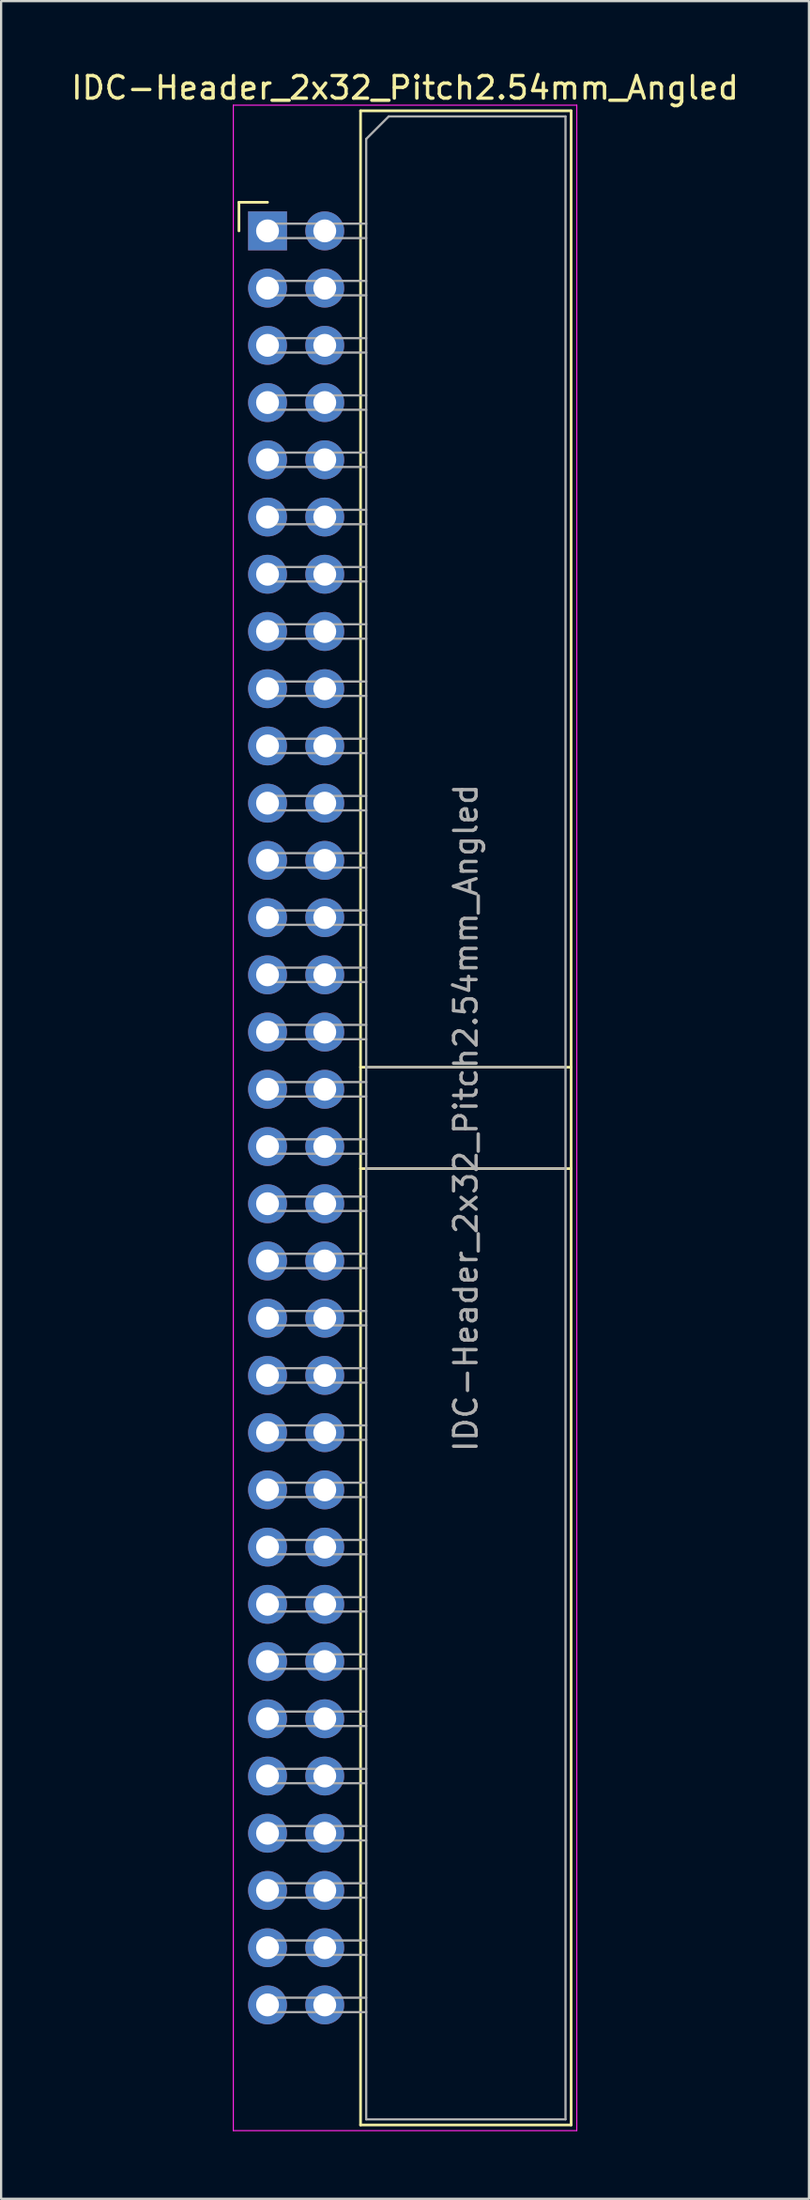
<source format=kicad_pcb>
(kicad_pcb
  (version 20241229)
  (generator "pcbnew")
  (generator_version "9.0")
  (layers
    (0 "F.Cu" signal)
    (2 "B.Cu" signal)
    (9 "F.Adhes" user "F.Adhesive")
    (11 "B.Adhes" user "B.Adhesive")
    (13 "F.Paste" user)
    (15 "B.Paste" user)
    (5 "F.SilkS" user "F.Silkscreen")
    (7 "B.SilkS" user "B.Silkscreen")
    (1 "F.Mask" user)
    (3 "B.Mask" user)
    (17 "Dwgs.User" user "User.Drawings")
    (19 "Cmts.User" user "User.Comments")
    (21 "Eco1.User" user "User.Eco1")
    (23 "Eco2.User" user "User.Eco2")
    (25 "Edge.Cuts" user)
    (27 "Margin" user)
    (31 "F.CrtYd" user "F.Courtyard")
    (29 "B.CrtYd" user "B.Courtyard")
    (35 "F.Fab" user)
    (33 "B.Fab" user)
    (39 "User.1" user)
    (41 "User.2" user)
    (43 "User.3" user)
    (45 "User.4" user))
  (footprint "IDC-Header_2x32_Pitch2.54mm_Angled"
    (layer "F.Cu")
    (at 8.83 7.198)
    (property "Reference" "IDC-Header_2x32_Pitch2.54mm_Angled" (at 6.105 -6.35 0) (layer "F.SilkS") (effects (font (size 1 1) (thickness 0.15))))
    (attr through_hole)
    (fp_line (start -1.27 -1.27) (end -1.27 0) (stroke (width 0.12) (type solid)) (layer "F.SilkS"))
    (fp_line (start 0 -1.27) (end -1.27 -1.27) (stroke (width 0.12) (type solid)) (layer "F.SilkS"))
    (fp_line (start 4.13 -5.33) (end 13.48 -5.33) (stroke (width 0.12) (type solid)) (layer "F.SilkS"))
    (fp_line (start 4.13 37.12) (end 13.48 37.12) (stroke (width 0.12) (type solid)) (layer "F.SilkS"))
    (fp_line (start 4.13 41.62) (end 13.48 41.62) (stroke (width 0.12) (type solid)) (layer "F.SilkS"))
    (fp_line (start 4.13 84.07) (end 4.13 -5.33) (stroke (width 0.12) (type solid)) (layer "F.SilkS"))
    (fp_line (start 4.13 84.07) (end 13.48 84.07) (stroke (width 0.12) (type solid)) (layer "F.SilkS"))
    (fp_line (start 13.48 -5.33) (end 13.48 84.07) (stroke (width 0.12) (type solid)) (layer "F.SilkS"))
    (fp_line (start -1.52 -5.58) (end 13.73 -5.58) (stroke (width 0.05) (type solid)) (layer "F.CrtYd"))
    (fp_line (start -1.52 84.32) (end -1.52 -5.58) (stroke (width 0.05) (type solid)) (layer "F.CrtYd"))
    (fp_line (start 13.73 -5.58) (end 13.73 84.32) (stroke (width 0.05) (type solid)) (layer "F.CrtYd"))
    (fp_line (start 13.73 84.32) (end -1.52 84.32) (stroke (width 0.05) (type solid)) (layer "F.CrtYd"))
    (fp_line (start -0.32 -0.32) (end -0.32 0.32) (stroke (width 0.1) (type solid)) (layer "F.Fab"))
    (fp_line (start -0.32 0.32) (end 4.38 0.32) (stroke (width 0.1) (type solid)) (layer "F.Fab"))
    (fp_line (start -0.32 2.22) (end -0.32 2.86) (stroke (width 0.1) (type solid)) (layer "F.Fab"))
    (fp_line (start -0.32 2.86) (end 4.38 2.86) (stroke (width 0.1) (type solid)) (layer "F.Fab"))
    (fp_line (start -0.32 4.76) (end -0.32 5.4) (stroke (width 0.1) (type solid)) (layer "F.Fab"))
    (fp_line (start -0.32 5.4) (end 4.38 5.4) (stroke (width 0.1) (type solid)) (layer "F.Fab"))
    (fp_line (start -0.32 7.3) (end -0.32 7.94) (stroke (width 0.1) (type solid)) (layer "F.Fab"))
    (fp_line (start -0.32 7.94) (end 4.38 7.94) (stroke (width 0.1) (type solid)) (layer "F.Fab"))
    (fp_line (start -0.32 9.84) (end -0.32 10.48) (stroke (width 0.1) (type solid)) (layer "F.Fab"))
    (fp_line (start -0.32 10.48) (end 4.38 10.48) (stroke (width 0.1) (type solid)) (layer "F.Fab"))
    (fp_line (start -0.32 12.38) (end -0.32 13.02) (stroke (width 0.1) (type solid)) (layer "F.Fab"))
    (fp_line (start -0.32 13.02) (end 4.38 13.02) (stroke (width 0.1) (type solid)) (layer "F.Fab"))
    (fp_line (start -0.32 14.92) (end -0.32 15.56) (stroke (width 0.1) (type solid)) (layer "F.Fab"))
    (fp_line (start -0.32 15.56) (end 4.38 15.56) (stroke (width 0.1) (type solid)) (layer "F.Fab"))
    (fp_line (start -0.32 17.46) (end -0.32 18.1) (stroke (width 0.1) (type solid)) (layer "F.Fab"))
    (fp_line (start -0.32 18.1) (end 4.38 18.1) (stroke (width 0.1) (type solid)) (layer "F.Fab"))
    (fp_line (start -0.32 20) (end -0.32 20.64) (stroke (width 0.1) (type solid)) (layer "F.Fab"))
    (fp_line (start -0.32 20.64) (end 4.38 20.64) (stroke (width 0.1) (type solid)) (layer "F.Fab"))
    (fp_line (start -0.32 22.54) (end -0.32 23.18) (stroke (width 0.1) (type solid)) (layer "F.Fab"))
    (fp_line (start -0.32 23.18) (end 4.38 23.18) (stroke (width 0.1) (type solid)) (layer "F.Fab"))
    (fp_line (start -0.32 25.08) (end -0.32 25.72) (stroke (width 0.1) (type solid)) (layer "F.Fab"))
    (fp_line (start -0.32 25.72) (end 4.38 25.72) (stroke (width 0.1) (type solid)) (layer "F.Fab"))
    (fp_line (start -0.32 27.62) (end -0.32 28.26) (stroke (width 0.1) (type solid)) (layer "F.Fab"))
    (fp_line (start -0.32 28.26) (end 4.38 28.26) (stroke (width 0.1) (type solid)) (layer "F.Fab"))
    (fp_line (start -0.32 30.16) (end -0.32 30.8) (stroke (width 0.1) (type solid)) (layer "F.Fab"))
    (fp_line (start -0.32 30.8) (end 4.38 30.8) (stroke (width 0.1) (type solid)) (layer "F.Fab"))
    (fp_line (start -0.32 32.7) (end -0.32 33.34) (stroke (width 0.1) (type solid)) (layer "F.Fab"))
    (fp_line (start -0.32 33.34) (end 4.38 33.34) (stroke (width 0.1) (type solid)) (layer "F.Fab"))
    (fp_line (start -0.32 35.24) (end -0.32 35.88) (stroke (width 0.1) (type solid)) (layer "F.Fab"))
    (fp_line (start -0.32 35.88) (end 4.38 35.88) (stroke (width 0.1) (type solid)) (layer "F.Fab"))
    (fp_line (start -0.32 37.78) (end -0.32 38.42) (stroke (width 0.1) (type solid)) (layer "F.Fab"))
    (fp_line (start -0.32 38.42) (end 4.38 38.42) (stroke (width 0.1) (type solid)) (layer "F.Fab"))
    (fp_line (start -0.32 40.32) (end -0.32 40.96) (stroke (width 0.1) (type solid)) (layer "F.Fab"))
    (fp_line (start -0.32 40.96) (end 4.38 40.96) (stroke (width 0.1) (type solid)) (layer "F.Fab"))
    (fp_line (start -0.32 42.86) (end -0.32 43.5) (stroke (width 0.1) (type solid)) (layer "F.Fab"))
    (fp_line (start -0.32 43.5) (end 4.38 43.5) (stroke (width 0.1) (type solid)) (layer "F.Fab"))
    (fp_line (start -0.32 45.4) (end -0.32 46.04) (stroke (width 0.1) (type solid)) (layer "F.Fab"))
    (fp_line (start -0.32 46.04) (end 4.38 46.04) (stroke (width 0.1) (type solid)) (layer "F.Fab"))
    (fp_line (start -0.32 47.94) (end -0.32 48.58) (stroke (width 0.1) (type solid)) (layer "F.Fab"))
    (fp_line (start -0.32 48.58) (end 4.38 48.58) (stroke (width 0.1) (type solid)) (layer "F.Fab"))
    (fp_line (start -0.32 50.48) (end -0.32 51.12) (stroke (width 0.1) (type solid)) (layer "F.Fab"))
    (fp_line (start -0.32 51.12) (end 4.38 51.12) (stroke (width 0.1) (type solid)) (layer "F.Fab"))
    (fp_line (start -0.32 53.02) (end -0.32 53.66) (stroke (width 0.1) (type solid)) (layer "F.Fab"))
    (fp_line (start -0.32 53.66) (end 4.38 53.66) (stroke (width 0.1) (type solid)) (layer "F.Fab"))
    (fp_line (start -0.32 55.56) (end -0.32 56.2) (stroke (width 0.1) (type solid)) (layer "F.Fab"))
    (fp_line (start -0.32 56.2) (end 4.38 56.2) (stroke (width 0.1) (type solid)) (layer "F.Fab"))
    (fp_line (start -0.32 58.1) (end -0.32 58.74) (stroke (width 0.1) (type solid)) (layer "F.Fab"))
    (fp_line (start -0.32 58.74) (end 4.38 58.74) (stroke (width 0.1) (type solid)) (layer "F.Fab"))
    (fp_line (start -0.32 60.64) (end -0.32 61.28) (stroke (width 0.1) (type solid)) (layer "F.Fab"))
    (fp_line (start -0.32 61.28) (end 4.38 61.28) (stroke (width 0.1) (type solid)) (layer "F.Fab"))
    (fp_line (start -0.32 63.18) (end -0.32 63.82) (stroke (width 0.1) (type solid)) (layer "F.Fab"))
    (fp_line (start -0.32 63.82) (end 4.38 63.82) (stroke (width 0.1) (type solid)) (layer "F.Fab"))
    (fp_line (start -0.32 65.72) (end -0.32 66.36) (stroke (width 0.1) (type solid)) (layer "F.Fab"))
    (fp_line (start -0.32 66.36) (end 4.38 66.36) (stroke (width 0.1) (type solid)) (layer "F.Fab"))
    (fp_line (start -0.32 68.26) (end -0.32 68.9) (stroke (width 0.1) (type solid)) (layer "F.Fab"))
    (fp_line (start -0.32 68.9) (end 4.38 68.9) (stroke (width 0.1) (type solid)) (layer "F.Fab"))
    (fp_line (start -0.32 70.8) (end -0.32 71.44) (stroke (width 0.1) (type solid)) (layer "F.Fab"))
    (fp_line (start -0.32 71.44) (end 4.38 71.44) (stroke (width 0.1) (type solid)) (layer "F.Fab"))
    (fp_line (start -0.32 73.34) (end -0.32 73.98) (stroke (width 0.1) (type solid)) (layer "F.Fab"))
    (fp_line (start -0.32 73.98) (end 4.38 73.98) (stroke (width 0.1) (type solid)) (layer "F.Fab"))
    (fp_line (start -0.32 75.88) (end -0.32 76.52) (stroke (width 0.1) (type solid)) (layer "F.Fab"))
    (fp_line (start -0.32 76.52) (end 4.38 76.52) (stroke (width 0.1) (type solid)) (layer "F.Fab"))
    (fp_line (start -0.32 78.42) (end -0.32 79.06) (stroke (width 0.1) (type solid)) (layer "F.Fab"))
    (fp_line (start -0.32 79.06) (end 4.38 79.06) (stroke (width 0.1) (type solid)) (layer "F.Fab"))
    (fp_line (start 4.38 -4.08) (end 5.38 -5.08) (stroke (width 0.1) (type solid)) (layer "F.Fab"))
    (fp_line (start 4.38 -0.32) (end -0.32 -0.32) (stroke (width 0.1) (type solid)) (layer "F.Fab"))
    (fp_line (start 4.38 2.22) (end -0.32 2.22) (stroke (width 0.1) (type solid)) (layer "F.Fab"))
    (fp_line (start 4.38 4.76) (end -0.32 4.76) (stroke (width 0.1) (type solid)) (layer "F.Fab"))
    (fp_line (start 4.38 7.3) (end -0.32 7.3) (stroke (width 0.1) (type solid)) (layer "F.Fab"))
    (fp_line (start 4.38 9.84) (end -0.32 9.84) (stroke (width 0.1) (type solid)) (layer "F.Fab"))
    (fp_line (start 4.38 12.38) (end -0.32 12.38) (stroke (width 0.1) (type solid)) (layer "F.Fab"))
    (fp_line (start 4.38 14.92) (end -0.32 14.92) (stroke (width 0.1) (type solid)) (layer "F.Fab"))
    (fp_line (start 4.38 17.46) (end -0.32 17.46) (stroke (width 0.1) (type solid)) (layer "F.Fab"))
    (fp_line (start 4.38 20) (end -0.32 20) (stroke (width 0.1) (type solid)) (layer "F.Fab"))
    (fp_line (start 4.38 22.54) (end -0.32 22.54) (stroke (width 0.1) (type solid)) (layer "F.Fab"))
    (fp_line (start 4.38 25.08) (end -0.32 25.08) (stroke (width 0.1) (type solid)) (layer "F.Fab"))
    (fp_line (start 4.38 27.62) (end -0.32 27.62) (stroke (width 0.1) (type solid)) (layer "F.Fab"))
    (fp_line (start 4.38 30.16) (end -0.32 30.16) (stroke (width 0.1) (type solid)) (layer "F.Fab"))
    (fp_line (start 4.38 32.7) (end -0.32 32.7) (stroke (width 0.1) (type solid)) (layer "F.Fab"))
    (fp_line (start 4.38 35.24) (end -0.32 35.24) (stroke (width 0.1) (type solid)) (layer "F.Fab"))
    (fp_line (start 4.38 37.12) (end 13.23 37.12) (stroke (width 0.1) (type solid)) (layer "F.Fab"))
    (fp_line (start 4.38 37.78) (end -0.32 37.78) (stroke (width 0.1) (type solid)) (layer "F.Fab"))
    (fp_line (start 4.38 40.32) (end -0.32 40.32) (stroke (width 0.1) (type solid)) (layer "F.Fab"))
    (fp_line (start 4.38 41.62) (end 13.23 41.62) (stroke (width 0.1) (type solid)) (layer "F.Fab"))
    (fp_line (start 4.38 42.86) (end -0.32 42.86) (stroke (width 0.1) (type solid)) (layer "F.Fab"))
    (fp_line (start 4.38 45.4) (end -0.32 45.4) (stroke (width 0.1) (type solid)) (layer "F.Fab"))
    (fp_line (start 4.38 47.94) (end -0.32 47.94) (stroke (width 0.1) (type solid)) (layer "F.Fab"))
    (fp_line (start 4.38 50.48) (end -0.32 50.48) (stroke (width 0.1) (type solid)) (layer "F.Fab"))
    (fp_line (start 4.38 53.02) (end -0.32 53.02) (stroke (width 0.1) (type solid)) (layer "F.Fab"))
    (fp_line (start 4.38 55.56) (end -0.32 55.56) (stroke (width 0.1) (type solid)) (layer "F.Fab"))
    (fp_line (start 4.38 58.1) (end -0.32 58.1) (stroke (width 0.1) (type solid)) (layer "F.Fab"))
    (fp_line (start 4.38 60.64) (end -0.32 60.64) (stroke (width 0.1) (type solid)) (layer "F.Fab"))
    (fp_line (start 4.38 63.18) (end -0.32 63.18) (stroke (width 0.1) (type solid)) (layer "F.Fab"))
    (fp_line (start 4.38 65.72) (end -0.32 65.72) (stroke (width 0.1) (type solid)) (layer "F.Fab"))
    (fp_line (start 4.38 68.26) (end -0.32 68.26) (stroke (width 0.1) (type solid)) (layer "F.Fab"))
    (fp_line (start 4.38 70.8) (end -0.32 70.8) (stroke (width 0.1) (type solid)) (layer "F.Fab"))
    (fp_line (start 4.38 73.34) (end -0.32 73.34) (stroke (width 0.1) (type solid)) (layer "F.Fab"))
    (fp_line (start 4.38 75.88) (end -0.32 75.88) (stroke (width 0.1) (type solid)) (layer "F.Fab"))
    (fp_line (start 4.38 78.42) (end -0.32 78.42) (stroke (width 0.1) (type solid)) (layer "F.Fab"))
    (fp_line (start 4.38 83.82) (end 4.38 -4.08) (stroke (width 0.1) (type solid)) (layer "F.Fab"))
    (fp_line (start 4.38 83.82) (end 13.23 83.82) (stroke (width 0.1) (type solid)) (layer "F.Fab"))
    (fp_line (start 5.38 -5.08) (end 13.23 -5.08) (stroke (width 0.1) (type solid)) (layer "F.Fab"))
    (fp_line (start 13.23 83.82) (end 13.23 -5.08) (stroke (width 0.1) (type solid)) (layer "F.Fab"))
    (fp_text user "${REFERENCE}" (at 8.805 39.37 90) (layer "F.Fab") (effects (font (size 1 1) (thickness 0.15))))
    (pad "1" thru_hole rect (at 0 0) (size 1.727 1.727) (drill 1.016) (layers "*.Cu" "*.Mask"))
    (pad "2" thru_hole oval (at 2.54 0) (size 1.727 1.727) (drill 1.016) (layers "*.Cu" "*.Mask"))
    (pad "3" thru_hole oval (at 0 2.54) (size 1.727 1.727) (drill 1.016) (layers "*.Cu" "*.Mask"))
    (pad "4" thru_hole oval (at 2.54 2.54) (size 1.727 1.727) (drill 1.016) (layers "*.Cu" "*.Mask"))
    (pad "5" thru_hole oval (at 0 5.08) (size 1.727 1.727) (drill 1.016) (layers "*.Cu" "*.Mask"))
    (pad "6" thru_hole oval (at 2.54 5.08) (size 1.727 1.727) (drill 1.016) (layers "*.Cu" "*.Mask"))
    (pad "7" thru_hole oval (at 0 7.62) (size 1.727 1.727) (drill 1.016) (layers "*.Cu" "*.Mask"))
    (pad "8" thru_hole oval (at 2.54 7.62) (size 1.727 1.727) (drill 1.016) (layers "*.Cu" "*.Mask"))
    (pad "9" thru_hole oval (at 0 10.16) (size 1.727 1.727) (drill 1.016) (layers "*.Cu" "*.Mask"))
    (pad "10" thru_hole oval (at 2.54 10.16) (size 1.727 1.727) (drill 1.016) (layers "*.Cu" "*.Mask"))
    (pad "11" thru_hole oval (at 0 12.7) (size 1.727 1.727) (drill 1.016) (layers "*.Cu" "*.Mask"))
    (pad "12" thru_hole oval (at 2.54 12.7) (size 1.727 1.727) (drill 1.016) (layers "*.Cu" "*.Mask"))
    (pad "13" thru_hole oval (at 0 15.24) (size 1.727 1.727) (drill 1.016) (layers "*.Cu" "*.Mask"))
    (pad "14" thru_hole oval (at 2.54 15.24) (size 1.727 1.727) (drill 1.016) (layers "*.Cu" "*.Mask"))
    (pad "15" thru_hole oval (at 0 17.78) (size 1.727 1.727) (drill 1.016) (layers "*.Cu" "*.Mask"))
    (pad "16" thru_hole oval (at 2.54 17.78) (size 1.727 1.727) (drill 1.016) (layers "*.Cu" "*.Mask"))
    (pad "17" thru_hole oval (at 0 20.32) (size 1.727 1.727) (drill 1.016) (layers "*.Cu" "*.Mask"))
    (pad "18" thru_hole oval (at 2.54 20.32) (size 1.727 1.727) (drill 1.016) (layers "*.Cu" "*.Mask"))
    (pad "19" thru_hole oval (at 0 22.86) (size 1.727 1.727) (drill 1.016) (layers "*.Cu" "*.Mask"))
    (pad "20" thru_hole oval (at 2.54 22.86) (size 1.727 1.727) (drill 1.016) (layers "*.Cu" "*.Mask"))
    (pad "21" thru_hole oval (at 0 25.4) (size 1.727 1.727) (drill 1.016) (layers "*.Cu" "*.Mask"))
    (pad "22" thru_hole oval (at 2.54 25.4) (size 1.727 1.727) (drill 1.016) (layers "*.Cu" "*.Mask"))
    (pad "23" thru_hole oval (at 0 27.94) (size 1.727 1.727) (drill 1.016) (layers "*.Cu" "*.Mask"))
    (pad "24" thru_hole oval (at 2.54 27.94) (size 1.727 1.727) (drill 1.016) (layers "*.Cu" "*.Mask"))
    (pad "25" thru_hole oval (at 0 30.48) (size 1.727 1.727) (drill 1.016) (layers "*.Cu" "*.Mask"))
    (pad "26" thru_hole oval (at 2.54 30.48) (size 1.727 1.727) (drill 1.016) (layers "*.Cu" "*.Mask"))
    (pad "27" thru_hole oval (at 0 33.02) (size 1.727 1.727) (drill 1.016) (layers "*.Cu" "*.Mask"))
    (pad "28" thru_hole oval (at 2.54 33.02) (size 1.727 1.727) (drill 1.016) (layers "*.Cu" "*.Mask"))
    (pad "29" thru_hole oval (at 0 35.56) (size 1.727 1.727) (drill 1.016) (layers "*.Cu" "*.Mask"))
    (pad "30" thru_hole oval (at 2.54 35.56) (size 1.727 1.727) (drill 1.016) (layers "*.Cu" "*.Mask"))
    (pad "31" thru_hole oval (at 0 38.1) (size 1.727 1.727) (drill 1.016) (layers "*.Cu" "*.Mask"))
    (pad "32" thru_hole oval (at 2.54 38.1) (size 1.727 1.727) (drill 1.016) (layers "*.Cu" "*.Mask"))
    (pad "33" thru_hole oval (at 0 40.64) (size 1.727 1.727) (drill 1.016) (layers "*.Cu" "*.Mask"))
    (pad "34" thru_hole oval (at 2.54 40.64) (size 1.727 1.727) (drill 1.016) (layers "*.Cu" "*.Mask"))
    (pad "35" thru_hole oval (at 0 43.18) (size 1.727 1.727) (drill 1.016) (layers "*.Cu" "*.Mask"))
    (pad "36" thru_hole oval (at 2.54 43.18) (size 1.727 1.727) (drill 1.016) (layers "*.Cu" "*.Mask"))
    (pad "37" thru_hole oval (at 0 45.72) (size 1.727 1.727) (drill 1.016) (layers "*.Cu" "*.Mask"))
    (pad "38" thru_hole oval (at 2.54 45.72) (size 1.727 1.727) (drill 1.016) (layers "*.Cu" "*.Mask"))
    (pad "39" thru_hole oval (at 0 48.26) (size 1.727 1.727) (drill 1.016) (layers "*.Cu" "*.Mask"))
    (pad "40" thru_hole oval (at 2.54 48.26) (size 1.727 1.727) (drill 1.016) (layers "*.Cu" "*.Mask"))
    (pad "41" thru_hole oval (at 0 50.8) (size 1.727 1.727) (drill 1.016) (layers "*.Cu" "*.Mask"))
    (pad "42" thru_hole oval (at 2.54 50.8) (size 1.727 1.727) (drill 1.016) (layers "*.Cu" "*.Mask"))
    (pad "43" thru_hole oval (at 0 53.34) (size 1.727 1.727) (drill 1.016) (layers "*.Cu" "*.Mask"))
    (pad "44" thru_hole oval (at 2.54 53.34) (size 1.727 1.727) (drill 1.016) (layers "*.Cu" "*.Mask"))
    (pad "45" thru_hole oval (at 0 55.88) (size 1.727 1.727) (drill 1.016) (layers "*.Cu" "*.Mask"))
    (pad "46" thru_hole oval (at 2.54 55.88) (size 1.727 1.727) (drill 1.016) (layers "*.Cu" "*.Mask"))
    (pad "47" thru_hole oval (at 0 58.42) (size 1.727 1.727) (drill 1.016) (layers "*.Cu" "*.Mask"))
    (pad "48" thru_hole oval (at 2.54 58.42) (size 1.727 1.727) (drill 1.016) (layers "*.Cu" "*.Mask"))
    (pad "49" thru_hole oval (at 0 60.96) (size 1.727 1.727) (drill 1.016) (layers "*.Cu" "*.Mask"))
    (pad "50" thru_hole oval (at 2.54 60.96) (size 1.727 1.727) (drill 1.016) (layers "*.Cu" "*.Mask"))
    (pad "51" thru_hole oval (at 0 63.5) (size 1.727 1.727) (drill 1.016) (layers "*.Cu" "*.Mask"))
    (pad "52" thru_hole oval (at 2.54 63.5) (size 1.727 1.727) (drill 1.016) (layers "*.Cu" "*.Mask"))
    (pad "53" thru_hole oval (at 0 66.04) (size 1.727 1.727) (drill 1.016) (layers "*.Cu" "*.Mask"))
    (pad "54" thru_hole oval (at 2.54 66.04) (size 1.727 1.727) (drill 1.016) (layers "*.Cu" "*.Mask"))
    (pad "55" thru_hole oval (at 0 68.58) (size 1.727 1.727) (drill 1.016) (layers "*.Cu" "*.Mask"))
    (pad "56" thru_hole oval (at 2.54 68.58) (size 1.727 1.727) (drill 1.016) (layers "*.Cu" "*.Mask"))
    (pad "57" thru_hole oval (at 0 71.12) (size 1.727 1.727) (drill 1.016) (layers "*.Cu" "*.Mask"))
    (pad "58" thru_hole oval (at 2.54 71.12) (size 1.727 1.727) (drill 1.016) (layers "*.Cu" "*.Mask"))
    (pad "59" thru_hole oval (at 0 73.66) (size 1.727 1.727) (drill 1.016) (layers "*.Cu" "*.Mask"))
    (pad "60" thru_hole oval (at 2.54 73.66) (size 1.727 1.727) (drill 1.016) (layers "*.Cu" "*.Mask"))
    (pad "61" thru_hole oval (at 0 76.2) (size 1.727 1.727) (drill 1.016) (layers "*.Cu" "*.Mask"))
    (pad "62" thru_hole oval (at 2.54 76.2) (size 1.727 1.727) (drill 1.016) (layers "*.Cu" "*.Mask"))
    (pad "63" thru_hole oval (at 0 78.74) (size 1.727 1.727) (drill 1.016) (layers "*.Cu" "*.Mask"))
    (pad "64" thru_hole oval (at 2.54 78.74) (size 1.727 1.727) (drill 1.016) (layers "*.Cu" "*.Mask")))
  (gr_rect
    (start -3 -3)
    (end 32.869 94.543)
    (stroke (width 0.1) (type default))
    (fill no)
    (layer "Edge.Cuts")))
</source>
